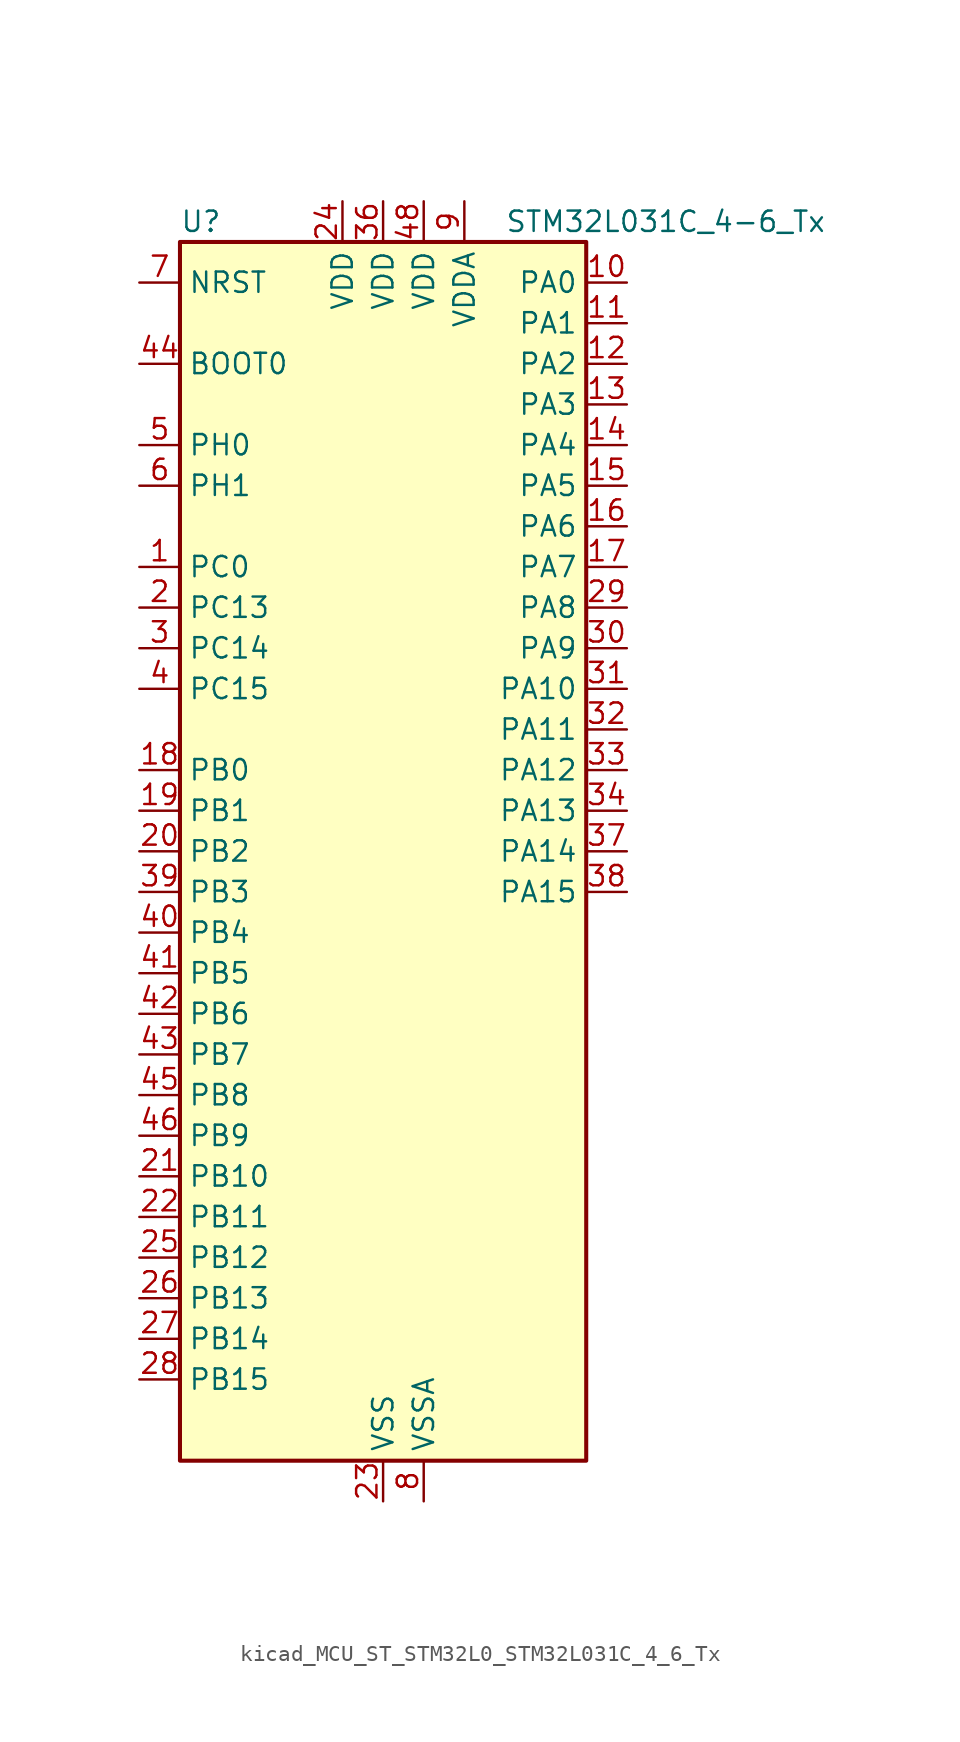
<source format=kicad_sym>
(kicad_symbol_lib
  (version 20220914)
  (generator kicad_symbol_editor)
  (symbol "kicad_MCU_ST_STM32L0_STM32L031C_4_6_Tx"
    (property "Reference" "U"
      (at -12.7 39.37 0)
      (effects (font (size 1.27 1.27)) (justify left)))
    (property "Value" "STM32L031C_4-6_Tx"
      (at 7.62 39.37 0)
      (effects (font (size 1.27 1.27)) (justify left)))
    (property "ki_locked" ""
      (at 0 0 0)
      (effects (font (size 1.27 1.27))))
    (symbol "kicad_MCU_ST_STM32L0_STM32L031C_4_6_Tx_0_1"
      (rectangle (start -12.7 -38.1) (end 12.7 38.1) (stroke (width 0.254) (type default)) (fill (type background))))
    (symbol "kicad_MCU_ST_STM32L0_STM32L031C_4_6_Tx_1_1"
      (pin bidirectional line (at -15.24 17.78 0) (length 2.54) (name "PC0" (effects (font (size 1.27 1.27)))) (number "1" (effects (font (size 1.27 1.27)))) (alternate "LPTIM1_IN1" bidirectional line) (alternate "LPUART1_RX" bidirectional line))
      (pin bidirectional line (at 15.24 35.56 180) (length 2.54) (name "PA0" (effects (font (size 1.27 1.27)))) (number "10" (effects (font (size 1.27 1.27)))) (alternate "ADC_IN0" bidirectional line) (alternate "COMP1_INM" bidirectional line) (alternate "COMP1_OUT" bidirectional line) (alternate "LPTIM1_IN1" bidirectional line) (alternate "RTC_TAMP2" bidirectional line) (alternate "SYS_WKUP1" bidirectional line) (alternate "TIM2_CH1" bidirectional line) (alternate "TIM2_ETR" bidirectional line) (alternate "USART2_CTS" bidirectional line))
      (pin bidirectional line (at 15.24 33.02 180) (length 2.54) (name "PA1" (effects (font (size 1.27 1.27)))) (number "11" (effects (font (size 1.27 1.27)))) (alternate "ADC_IN1" bidirectional line) (alternate "COMP1_INP" bidirectional line) (alternate "I2C1_SMBA" bidirectional line) (alternate "LPTIM1_IN2" bidirectional line) (alternate "TIM21_ETR" bidirectional line) (alternate "TIM2_CH2" bidirectional line) (alternate "USART2_DE" bidirectional line) (alternate "USART2_RTS" bidirectional line))
      (pin bidirectional line (at 15.24 30.48 180) (length 2.54) (name "PA2" (effects (font (size 1.27 1.27)))) (number "12" (effects (font (size 1.27 1.27)))) (alternate "ADC_IN2" bidirectional line) (alternate "COMP2_INM" bidirectional line) (alternate "COMP2_OUT" bidirectional line) (alternate "LPUART1_TX" bidirectional line) (alternate "RTC_OUT_ALARM" bidirectional line) (alternate "RTC_OUT_CALIB" bidirectional line) (alternate "RTC_TAMP3" bidirectional line) (alternate "RTC_TS" bidirectional line) (alternate "SYS_WKUP3" bidirectional line) (alternate "TIM21_CH1" bidirectional line) (alternate "TIM2_CH3" bidirectional line) (alternate "USART2_TX" bidirectional line))
      (pin bidirectional line (at 15.24 27.94 180) (length 2.54) (name "PA3" (effects (font (size 1.27 1.27)))) (number "13" (effects (font (size 1.27 1.27)))) (alternate "ADC_IN3" bidirectional line) (alternate "COMP2_INP" bidirectional line) (alternate "LPUART1_RX" bidirectional line) (alternate "TIM21_CH2" bidirectional line) (alternate "TIM2_CH4" bidirectional line) (alternate "USART2_RX" bidirectional line))
      (pin bidirectional line (at 15.24 25.4 180) (length 2.54) (name "PA4" (effects (font (size 1.27 1.27)))) (number "14" (effects (font (size 1.27 1.27)))) (alternate "ADC_IN4" bidirectional line) (alternate "COMP1_INM" bidirectional line) (alternate "COMP2_INM" bidirectional line) (alternate "LPTIM1_IN1" bidirectional line) (alternate "SPI1_NSS" bidirectional line) (alternate "TIM22_ETR" bidirectional line) (alternate "USART2_CK" bidirectional line))
      (pin bidirectional line (at 15.24 22.86 180) (length 2.54) (name "PA5" (effects (font (size 1.27 1.27)))) (number "15" (effects (font (size 1.27 1.27)))) (alternate "ADC_IN5" bidirectional line) (alternate "COMP1_INM" bidirectional line) (alternate "COMP2_INM" bidirectional line) (alternate "LPTIM1_IN2" bidirectional line) (alternate "SPI1_SCK" bidirectional line) (alternate "TIM2_CH1" bidirectional line) (alternate "TIM2_ETR" bidirectional line))
      (pin bidirectional line (at 15.24 20.32 180) (length 2.54) (name "PA6" (effects (font (size 1.27 1.27)))) (number "16" (effects (font (size 1.27 1.27)))) (alternate "ADC_IN6" bidirectional line) (alternate "COMP1_OUT" bidirectional line) (alternate "LPTIM1_ETR" bidirectional line) (alternate "LPUART1_CTS" bidirectional line) (alternate "SPI1_MISO" bidirectional line) (alternate "TIM22_CH1" bidirectional line))
      (pin bidirectional line (at 15.24 17.78 180) (length 2.54) (name "PA7" (effects (font (size 1.27 1.27)))) (number "17" (effects (font (size 1.27 1.27)))) (alternate "ADC_IN7" bidirectional line) (alternate "COMP2_OUT" bidirectional line) (alternate "LPTIM1_OUT" bidirectional line) (alternate "SPI1_MOSI" bidirectional line) (alternate "TIM22_CH2" bidirectional line) (alternate "USART2_CTS" bidirectional line))
      (pin bidirectional line (at -15.24 5.08 0) (length 2.54) (name "PB0" (effects (font (size 1.27 1.27)))) (number "18" (effects (font (size 1.27 1.27)))) (alternate "ADC_IN8" bidirectional line) (alternate "SPI1_MISO" bidirectional line) (alternate "SYS_VREF_OUT_PB0" bidirectional line) (alternate "TIM2_CH3" bidirectional line) (alternate "USART2_DE" bidirectional line) (alternate "USART2_RTS" bidirectional line))
      (pin bidirectional line (at -15.24 2.54 0) (length 2.54) (name "PB1" (effects (font (size 1.27 1.27)))) (number "19" (effects (font (size 1.27 1.27)))) (alternate "ADC_IN9" bidirectional line) (alternate "LPUART1_DE" bidirectional line) (alternate "LPUART1_RTS" bidirectional line) (alternate "SPI1_MOSI" bidirectional line) (alternate "SYS_VREF_OUT_PB1" bidirectional line) (alternate "TIM2_CH4" bidirectional line) (alternate "USART2_CK" bidirectional line))
      (pin bidirectional line (at -15.24 15.24 0) (length 2.54) (name "PC13" (effects (font (size 1.27 1.27)))) (number "2" (effects (font (size 1.27 1.27)))) (alternate "RTC_TAMP1" bidirectional line) (alternate "SYS_WKUP2" bidirectional line))
      (pin bidirectional line (at -15.24 0 0) (length 2.54) (name "PB2" (effects (font (size 1.27 1.27)))) (number "20" (effects (font (size 1.27 1.27)))) (alternate "LPTIM1_OUT" bidirectional line))
      (pin bidirectional line (at -15.24 -20.32 0) (length 2.54) (name "PB10" (effects (font (size 1.27 1.27)))) (number "21" (effects (font (size 1.27 1.27)))) (alternate "LPUART1_TX" bidirectional line) (alternate "TIM2_CH3" bidirectional line))
      (pin bidirectional line (at -15.24 -22.86 0) (length 2.54) (name "PB11" (effects (font (size 1.27 1.27)))) (number "22" (effects (font (size 1.27 1.27)))) (alternate "ADC_EXTI11" bidirectional line) (alternate "LPUART1_RX" bidirectional line) (alternate "TIM2_CH4" bidirectional line))
      (pin power_in line (at 0 -40.64 90) (length 2.54) (name "VSS" (effects (font (size 1.27 1.27)))) (number "23" (effects (font (size 1.27 1.27)))))
      (pin power_in line (at -2.54 40.64 270) (length 2.54) (name "VDD" (effects (font (size 1.27 1.27)))) (number "24" (effects (font (size 1.27 1.27)))))
      (pin bidirectional line (at -15.24 -25.4 0) (length 2.54) (name "PB12" (effects (font (size 1.27 1.27)))) (number "25" (effects (font (size 1.27 1.27)))) (alternate "SPI1_NSS" bidirectional line))
      (pin bidirectional line (at -15.24 -27.94 0) (length 2.54) (name "PB13" (effects (font (size 1.27 1.27)))) (number "26" (effects (font (size 1.27 1.27)))) (alternate "LPUART1_CTS" bidirectional line) (alternate "RCC_MCO" bidirectional line) (alternate "SPI1_SCK" bidirectional line) (alternate "TIM21_CH1" bidirectional line))
      (pin bidirectional line (at -15.24 -30.48 0) (length 2.54) (name "PB14" (effects (font (size 1.27 1.27)))) (number "27" (effects (font (size 1.27 1.27)))) (alternate "LPUART1_DE" bidirectional line) (alternate "LPUART1_RTS" bidirectional line) (alternate "RTC_OUT_ALARM" bidirectional line) (alternate "RTC_OUT_CALIB" bidirectional line) (alternate "SPI1_MISO" bidirectional line) (alternate "TIM21_CH2" bidirectional line))
      (pin bidirectional line (at -15.24 -33.02 0) (length 2.54) (name "PB15" (effects (font (size 1.27 1.27)))) (number "28" (effects (font (size 1.27 1.27)))) (alternate "RTC_REFIN" bidirectional line) (alternate "SPI1_MOSI" bidirectional line))
      (pin bidirectional line (at 15.24 15.24 180) (length 2.54) (name "PA8" (effects (font (size 1.27 1.27)))) (number "29" (effects (font (size 1.27 1.27)))) (alternate "LPTIM1_IN1" bidirectional line) (alternate "RCC_MCO" bidirectional line) (alternate "TIM2_CH1" bidirectional line) (alternate "USART2_CK" bidirectional line))
      (pin bidirectional line (at -15.24 12.7 0) (length 2.54) (name "PC14" (effects (font (size 1.27 1.27)))) (number "3" (effects (font (size 1.27 1.27)))) (alternate "RCC_OSC32_IN" bidirectional line))
      (pin bidirectional line (at 15.24 12.7 180) (length 2.54) (name "PA9" (effects (font (size 1.27 1.27)))) (number "30" (effects (font (size 1.27 1.27)))) (alternate "I2C1_SCL" bidirectional line) (alternate "RCC_MCO" bidirectional line) (alternate "TIM22_CH1" bidirectional line) (alternate "USART2_TX" bidirectional line))
      (pin bidirectional line (at 15.24 10.16 180) (length 2.54) (name "PA10" (effects (font (size 1.27 1.27)))) (number "31" (effects (font (size 1.27 1.27)))) (alternate "I2C1_SDA" bidirectional line) (alternate "TIM22_CH2" bidirectional line) (alternate "USART2_RX" bidirectional line))
      (pin bidirectional line (at 15.24 7.62 180) (length 2.54) (name "PA11" (effects (font (size 1.27 1.27)))) (number "32" (effects (font (size 1.27 1.27)))) (alternate "ADC_EXTI11" bidirectional line) (alternate "COMP1_OUT" bidirectional line) (alternate "SPI1_MISO" bidirectional line) (alternate "TIM21_CH2" bidirectional line) (alternate "USART2_CTS" bidirectional line))
      (pin bidirectional line (at 15.24 5.08 180) (length 2.54) (name "PA12" (effects (font (size 1.27 1.27)))) (number "33" (effects (font (size 1.27 1.27)))) (alternate "COMP2_OUT" bidirectional line) (alternate "SPI1_MOSI" bidirectional line) (alternate "USART2_DE" bidirectional line) (alternate "USART2_RTS" bidirectional line))
      (pin bidirectional line (at 15.24 2.54 180) (length 2.54) (name "PA13" (effects (font (size 1.27 1.27)))) (number "34" (effects (font (size 1.27 1.27)))) (alternate "LPTIM1_ETR" bidirectional line) (alternate "LPUART1_RX" bidirectional line) (alternate "SYS_SWDIO" bidirectional line))
      (pin passive line (at 0 -40.64 90) (length 2.54) hide (name "VSS" (effects (font (size 1.27 1.27)))) (number "35" (effects (font (size 1.27 1.27)))))
      (pin power_in line (at 0 40.64 270) (length 2.54) (name "VDD" (effects (font (size 1.27 1.27)))) (number "36" (effects (font (size 1.27 1.27)))))
      (pin bidirectional line (at 15.24 0 180) (length 2.54) (name "PA14" (effects (font (size 1.27 1.27)))) (number "37" (effects (font (size 1.27 1.27)))) (alternate "I2C1_SMBA" bidirectional line) (alternate "LPTIM1_OUT" bidirectional line) (alternate "LPUART1_TX" bidirectional line) (alternate "SYS_SWCLK" bidirectional line) (alternate "USART2_TX" bidirectional line))
      (pin bidirectional line (at 15.24 -2.54 180) (length 2.54) (name "PA15" (effects (font (size 1.27 1.27)))) (number "38" (effects (font (size 1.27 1.27)))) (alternate "SPI1_NSS" bidirectional line) (alternate "TIM2_CH1" bidirectional line) (alternate "TIM2_ETR" bidirectional line) (alternate "USART2_RX" bidirectional line))
      (pin bidirectional line (at -15.24 -2.54 0) (length 2.54) (name "PB3" (effects (font (size 1.27 1.27)))) (number "39" (effects (font (size 1.27 1.27)))) (alternate "COMP2_INM" bidirectional line) (alternate "SPI1_SCK" bidirectional line) (alternate "TIM2_CH2" bidirectional line))
      (pin bidirectional line (at -15.24 10.16 0) (length 2.54) (name "PC15" (effects (font (size 1.27 1.27)))) (number "4" (effects (font (size 1.27 1.27)))) (alternate "RCC_OSC32_OUT" bidirectional line))
      (pin bidirectional line (at -15.24 -5.08 0) (length 2.54) (name "PB4" (effects (font (size 1.27 1.27)))) (number "40" (effects (font (size 1.27 1.27)))) (alternate "COMP2_INP" bidirectional line) (alternate "SPI1_MISO" bidirectional line) (alternate "TIM22_CH1" bidirectional line))
      (pin bidirectional line (at -15.24 -7.62 0) (length 2.54) (name "PB5" (effects (font (size 1.27 1.27)))) (number "41" (effects (font (size 1.27 1.27)))) (alternate "COMP2_INP" bidirectional line) (alternate "I2C1_SMBA" bidirectional line) (alternate "LPTIM1_IN1" bidirectional line) (alternate "SPI1_MOSI" bidirectional line) (alternate "TIM22_CH2" bidirectional line))
      (pin bidirectional line (at -15.24 -10.16 0) (length 2.54) (name "PB6" (effects (font (size 1.27 1.27)))) (number "42" (effects (font (size 1.27 1.27)))) (alternate "COMP2_INP" bidirectional line) (alternate "I2C1_SCL" bidirectional line) (alternate "LPTIM1_ETR" bidirectional line) (alternate "TIM21_CH1" bidirectional line) (alternate "USART2_TX" bidirectional line))
      (pin bidirectional line (at -15.24 -12.7 0) (length 2.54) (name "PB7" (effects (font (size 1.27 1.27)))) (number "43" (effects (font (size 1.27 1.27)))) (alternate "COMP2_INP" bidirectional line) (alternate "I2C1_SDA" bidirectional line) (alternate "LPTIM1_IN2" bidirectional line) (alternate "SYS_PVD_IN" bidirectional line) (alternate "USART2_RX" bidirectional line))
      (pin input line (at -15.24 30.48 0) (length 2.54) (name "BOOT0" (effects (font (size 1.27 1.27)))) (number "44" (effects (font (size 1.27 1.27)))))
      (pin bidirectional line (at -15.24 -15.24 0) (length 2.54) (name "PB8" (effects (font (size 1.27 1.27)))) (number "45" (effects (font (size 1.27 1.27)))) (alternate "I2C1_SCL" bidirectional line))
      (pin bidirectional line (at -15.24 -17.78 0) (length 2.54) (name "PB9" (effects (font (size 1.27 1.27)))) (number "46" (effects (font (size 1.27 1.27)))) (alternate "I2C1_SDA" bidirectional line))
      (pin passive line (at 0 -40.64 90) (length 2.54) hide (name "VSS" (effects (font (size 1.27 1.27)))) (number "47" (effects (font (size 1.27 1.27)))))
      (pin power_in line (at 2.54 40.64 270) (length 2.54) (name "VDD" (effects (font (size 1.27 1.27)))) (number "48" (effects (font (size 1.27 1.27)))))
      (pin bidirectional line (at -15.24 25.4 0) (length 2.54) (name "PH0" (effects (font (size 1.27 1.27)))) (number "5" (effects (font (size 1.27 1.27)))) (alternate "RCC_OSC_IN" bidirectional line))
      (pin bidirectional line (at -15.24 22.86 0) (length 2.54) (name "PH1" (effects (font (size 1.27 1.27)))) (number "6" (effects (font (size 1.27 1.27)))) (alternate "RCC_OSC_OUT" bidirectional line))
      (pin input line (at -15.24 35.56 0) (length 2.54) (name "NRST" (effects (font (size 1.27 1.27)))) (number "7" (effects (font (size 1.27 1.27)))))
      (pin power_in line (at 2.54 -40.64 90) (length 2.54) (name "VSSA" (effects (font (size 1.27 1.27)))) (number "8" (effects (font (size 1.27 1.27)))))
      (pin power_in line (at 5.08 40.64 270) (length 2.54) (name "VDDA" (effects (font (size 1.27 1.27)))) (number "9" (effects (font (size 1.27 1.27))))))))
</source>
